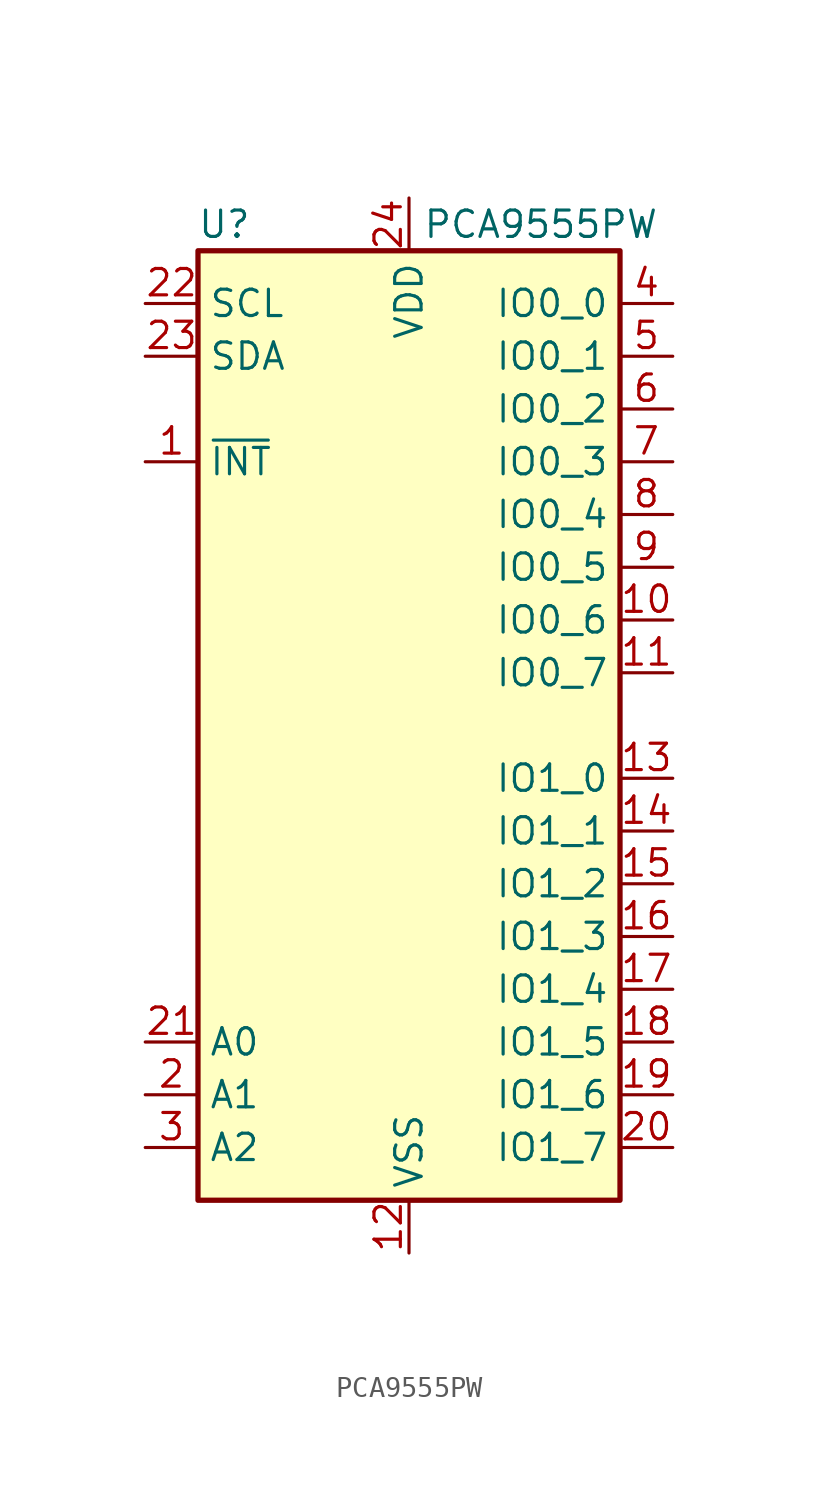
<source format=kicad_sym>
(kicad_symbol_lib
  (version 20231120)
  (generator "kicad_symbol_editor")
  (generator_version "8.0")
  (symbol "PCA9555PW"
    (property "Reference" "U"
      (at -8.89 24.13 0)
      (effects (font (size 1.27 1.27))))
    (property "Value" "PCA9555PW"
      (at 6.35 24.13 0)
      (effects (font (size 1.27 1.27))))
    (symbol "PCA9555PW_0_1"
      (rectangle (start -10.16 22.86) (end 10.16 -22.86) (stroke (width 0.254) (type default)) (fill (type background))))
    (symbol "PCA9555PW_1_1"
      (pin open_collector line (at -12.7 12.7 0) (length 2.54) (name "~{INT}" (effects (font (size 1.27 1.27)))) (number "1" (effects (font (size 1.27 1.27)))))
      (pin bidirectional line (at 12.7 5.08 180) (length 2.54) (name "IO0_6" (effects (font (size 1.27 1.27)))) (number "10" (effects (font (size 1.27 1.27)))))
      (pin bidirectional line (at 12.7 2.54 180) (length 2.54) (name "IO0_7" (effects (font (size 1.27 1.27)))) (number "11" (effects (font (size 1.27 1.27)))))
      (pin power_in line (at 0 -25.4 90) (length 2.54) (name "VSS" (effects (font (size 1.27 1.27)))) (number "12" (effects (font (size 1.27 1.27)))))
      (pin bidirectional line (at 12.7 -2.54 180) (length 2.54) (name "IO1_0" (effects (font (size 1.27 1.27)))) (number "13" (effects (font (size 1.27 1.27)))))
      (pin bidirectional line (at 12.7 -5.08 180) (length 2.54) (name "IO1_1" (effects (font (size 1.27 1.27)))) (number "14" (effects (font (size 1.27 1.27)))))
      (pin bidirectional line (at 12.7 -7.62 180) (length 2.54) (name "IO1_2" (effects (font (size 1.27 1.27)))) (number "15" (effects (font (size 1.27 1.27)))))
      (pin bidirectional line (at 12.7 -10.16 180) (length 2.54) (name "IO1_3" (effects (font (size 1.27 1.27)))) (number "16" (effects (font (size 1.27 1.27)))))
      (pin bidirectional line (at 12.7 -12.7 180) (length 2.54) (name "IO1_4" (effects (font (size 1.27 1.27)))) (number "17" (effects (font (size 1.27 1.27)))))
      (pin bidirectional line (at 12.7 -15.24 180) (length 2.54) (name "IO1_5" (effects (font (size 1.27 1.27)))) (number "18" (effects (font (size 1.27 1.27)))))
      (pin bidirectional line (at 12.7 -17.78 180) (length 2.54) (name "IO1_6" (effects (font (size 1.27 1.27)))) (number "19" (effects (font (size 1.27 1.27)))))
      (pin input line (at -12.7 -17.78 0) (length 2.54) (name "A1" (effects (font (size 1.27 1.27)))) (number "2" (effects (font (size 1.27 1.27)))))
      (pin bidirectional line (at 12.7 -20.32 180) (length 2.54) (name "IO1_7" (effects (font (size 1.27 1.27)))) (number "20" (effects (font (size 1.27 1.27)))))
      (pin input line (at -12.7 -15.24 0) (length 2.54) (name "A0" (effects (font (size 1.27 1.27)))) (number "21" (effects (font (size 1.27 1.27)))))
      (pin input line (at -12.7 20.32 0) (length 2.54) (name "SCL" (effects (font (size 1.27 1.27)))) (number "22" (effects (font (size 1.27 1.27)))))
      (pin bidirectional line (at -12.7 17.78 0) (length 2.54) (name "SDA" (effects (font (size 1.27 1.27)))) (number "23" (effects (font (size 1.27 1.27)))))
      (pin power_in line (at 0 25.4 270) (length 2.54) (name "VDD" (effects (font (size 1.27 1.27)))) (number "24" (effects (font (size 1.27 1.27)))))
      (pin input line (at -12.7 -20.32 0) (length 2.54) (name "A2" (effects (font (size 1.27 1.27)))) (number "3" (effects (font (size 1.27 1.27)))))
      (pin bidirectional line (at 12.7 20.32 180) (length 2.54) (name "IO0_0" (effects (font (size 1.27 1.27)))) (number "4" (effects (font (size 1.27 1.27)))))
      (pin bidirectional line (at 12.7 17.78 180) (length 2.54) (name "IO0_1" (effects (font (size 1.27 1.27)))) (number "5" (effects (font (size 1.27 1.27)))))
      (pin bidirectional line (at 12.7 15.24 180) (length 2.54) (name "IO0_2" (effects (font (size 1.27 1.27)))) (number "6" (effects (font (size 1.27 1.27)))))
      (pin bidirectional line (at 12.7 12.7 180) (length 2.54) (name "IO0_3" (effects (font (size 1.27 1.27)))) (number "7" (effects (font (size 1.27 1.27)))))
      (pin bidirectional line (at 12.7 10.16 180) (length 2.54) (name "IO0_4" (effects (font (size 1.27 1.27)))) (number "8" (effects (font (size 1.27 1.27)))))
      (pin bidirectional line (at 12.7 7.62 180) (length 2.54) (name "IO0_5" (effects (font (size 1.27 1.27)))) (number "9" (effects (font (size 1.27 1.27))))))))
</source>
